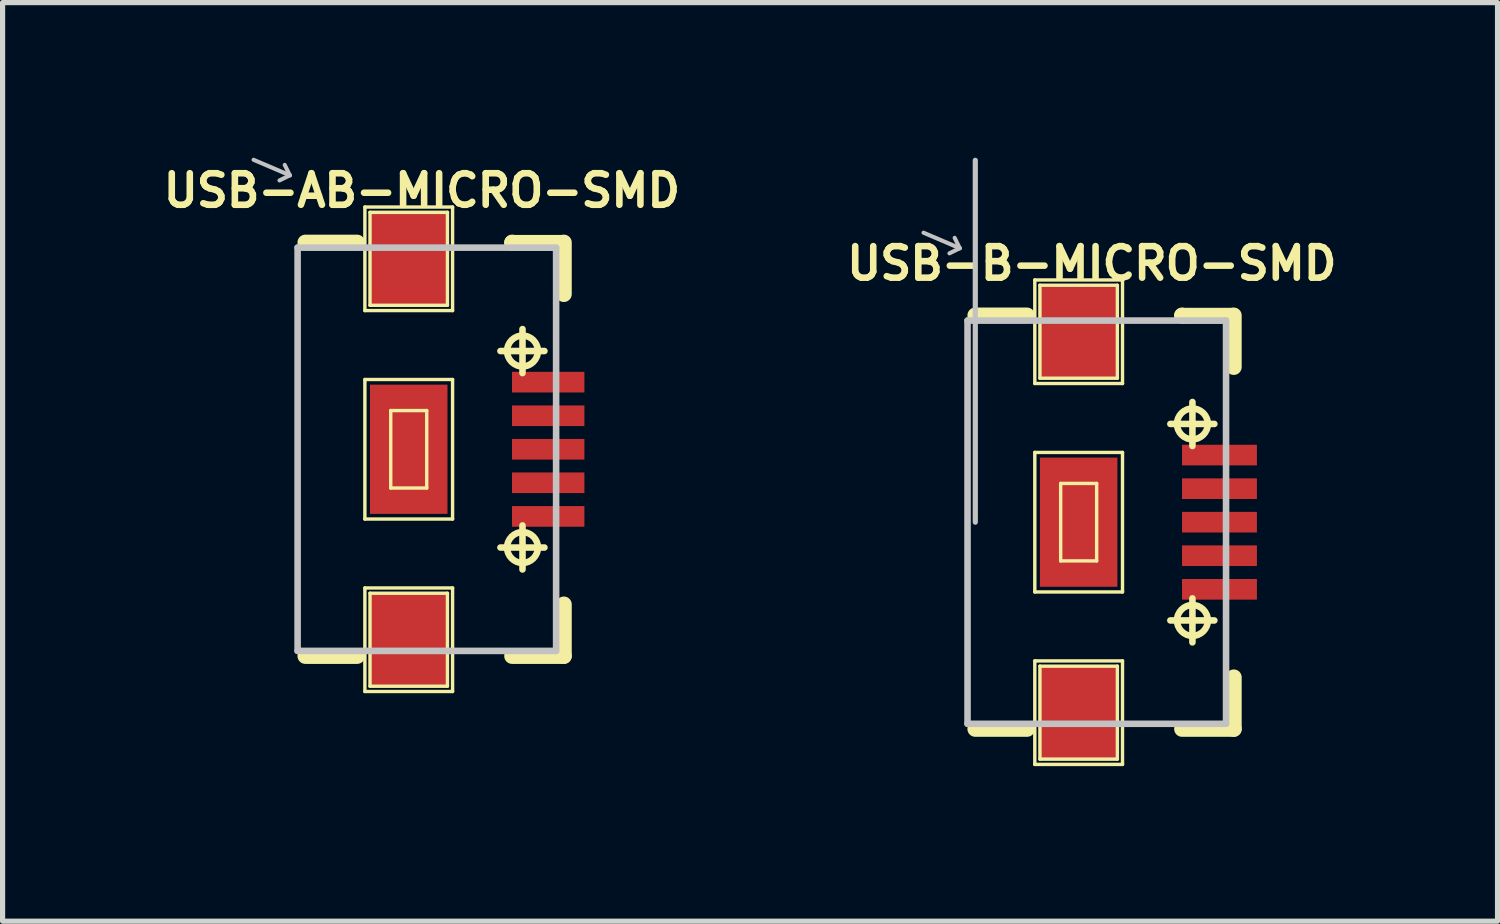
<source format=kicad_pcb>
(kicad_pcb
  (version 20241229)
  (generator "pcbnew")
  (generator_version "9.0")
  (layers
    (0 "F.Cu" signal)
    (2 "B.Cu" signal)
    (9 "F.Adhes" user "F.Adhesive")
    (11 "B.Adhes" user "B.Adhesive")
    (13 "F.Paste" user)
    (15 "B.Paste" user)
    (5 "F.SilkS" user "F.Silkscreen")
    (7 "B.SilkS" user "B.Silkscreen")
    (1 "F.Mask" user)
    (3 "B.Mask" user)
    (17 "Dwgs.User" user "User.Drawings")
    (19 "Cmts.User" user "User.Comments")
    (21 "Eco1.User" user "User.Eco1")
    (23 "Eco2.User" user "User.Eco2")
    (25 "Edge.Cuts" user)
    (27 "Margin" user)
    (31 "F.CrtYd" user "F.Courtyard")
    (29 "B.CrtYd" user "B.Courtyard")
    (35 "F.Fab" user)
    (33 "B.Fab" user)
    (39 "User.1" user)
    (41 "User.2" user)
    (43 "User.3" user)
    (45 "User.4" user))
  (footprint "USB-AB-MICRO-SMD"
    (layer "F.Cu")
    (at 4.854 5.638)
    (property "Reference" "USB-AB-MICRO-SMD" (at 0.254 -5.004 0) (layer "F.SilkS") (effects (font (size 0.61 0.61) (thickness 0.127))))
    (attr smd)
    (fp_line (start -0.998 -3.998) (end -1.999 -3.998) (stroke (width 0.305) (type solid)) (layer "F.SilkS"))
    (fp_line (start -0.998 3.998) (end -1.999 3.998) (stroke (width 0.305) (type solid)) (layer "F.SilkS"))
    (fp_line (start -0.848 -4.684) (end 0.848 -4.684) (stroke (width 0.066) (type solid)) (layer "F.SilkS"))
    (fp_line (start -0.848 -2.682) (end -0.848 -4.684) (stroke (width 0.066) (type solid)) (layer "F.SilkS"))
    (fp_line (start -0.848 -2.682) (end 0.848 -2.682) (stroke (width 0.066) (type solid)) (layer "F.SilkS"))
    (fp_line (start -0.848 -1.349) (end 0.848 -1.349) (stroke (width 0.066) (type solid)) (layer "F.SilkS"))
    (fp_line (start -0.848 1.349) (end -0.848 -1.349) (stroke (width 0.066) (type solid)) (layer "F.SilkS"))
    (fp_line (start -0.848 1.349) (end 0.848 1.349) (stroke (width 0.066) (type solid)) (layer "F.SilkS"))
    (fp_line (start -0.848 2.682) (end 0.848 2.682) (stroke (width 0.066) (type solid)) (layer "F.SilkS"))
    (fp_line (start -0.848 4.684) (end -0.848 2.682) (stroke (width 0.066) (type solid)) (layer "F.SilkS"))
    (fp_line (start -0.848 4.684) (end 0.848 4.684) (stroke (width 0.066) (type solid)) (layer "F.SilkS"))
    (fp_line (start -0.749 -4.582) (end 0.749 -4.582) (stroke (width 0.066) (type solid)) (layer "F.SilkS"))
    (fp_line (start -0.749 -2.784) (end -0.749 -4.582) (stroke (width 0.066) (type solid)) (layer "F.SilkS"))
    (fp_line (start -0.749 -2.784) (end 0.749 -2.784) (stroke (width 0.066) (type solid)) (layer "F.SilkS"))
    (fp_line (start -0.749 2.784) (end 0.749 2.784) (stroke (width 0.066) (type solid)) (layer "F.SilkS"))
    (fp_line (start -0.749 4.582) (end -0.749 2.784) (stroke (width 0.066) (type solid)) (layer "F.SilkS"))
    (fp_line (start -0.749 4.582) (end 0.749 4.582) (stroke (width 0.066) (type solid)) (layer "F.SilkS"))
    (fp_line (start -0.348 -0.749) (end 0.348 -0.749) (stroke (width 0.066) (type solid)) (layer "F.SilkS"))
    (fp_line (start -0.348 0.749) (end -0.348 -0.749) (stroke (width 0.066) (type solid)) (layer "F.SilkS"))
    (fp_line (start -0.348 0.749) (end 0.348 0.749) (stroke (width 0.066) (type solid)) (layer "F.SilkS"))
    (fp_line (start 0.348 0.749) (end 0.348 -0.749) (stroke (width 0.066) (type solid)) (layer "F.SilkS"))
    (fp_line (start 0.749 -2.784) (end 0.749 -4.582) (stroke (width 0.066) (type solid)) (layer "F.SilkS"))
    (fp_line (start 0.749 4.582) (end 0.749 2.784) (stroke (width 0.066) (type solid)) (layer "F.SilkS"))
    (fp_line (start 0.848 -2.682) (end 0.848 -4.684) (stroke (width 0.066) (type solid)) (layer "F.SilkS"))
    (fp_line (start 0.848 1.349) (end 0.848 -1.349) (stroke (width 0.066) (type solid)) (layer "F.SilkS"))
    (fp_line (start 0.848 4.684) (end 0.848 2.682) (stroke (width 0.066) (type solid)) (layer "F.SilkS"))
    (fp_line (start 1.773 -1.9) (end 2.624 -1.9) (stroke (width 0.127) (type solid)) (layer "F.SilkS"))
    (fp_line (start 1.773 1.9) (end 2.624 1.9) (stroke (width 0.127) (type solid)) (layer "F.SilkS"))
    (fp_line (start 1.999 -3.993) (end 1.999 -3.998) (stroke (width 0.305) (type solid)) (layer "F.SilkS"))
    (fp_line (start 1.999 3.998) (end 3 3.998) (stroke (width 0.305) (type solid)) (layer "F.SilkS"))
    (fp_line (start 2.2 -1.473) (end 2.2 -2.324) (stroke (width 0.127) (type solid)) (layer "F.SilkS"))
    (fp_line (start 2.2 2.324) (end 2.2 1.473) (stroke (width 0.127) (type solid)) (layer "F.SilkS"))
    (fp_line (start 2.979 -3.993) (end 1.999 -3.993) (stroke (width 0.305) (type solid)) (layer "F.SilkS"))
    (fp_line (start 3 -3.998) (end 3 -3) (stroke (width 0.305) (type solid)) (layer "F.SilkS"))
    (fp_line (start 3 3.998) (end 3 3) (stroke (width 0.305) (type solid)) (layer "F.SilkS"))
    (fp_circle (center 2.2 -1.9) (end 2.41 -2.111) (stroke (width 0.127) (type solid)) (fill no) (layer "F.SilkS"))
    (fp_circle (center 2.2 1.9) (end 2.41 2.111) (stroke (width 0.127) (type solid)) (fill no) (layer "F.SilkS"))
    (fp_line (start -3 -5.598) (end -2.299 -5.298) (stroke (width 0.079) (type solid)) (layer "Dwgs.User"))
    (fp_line (start -2.299 -5.298) (end -2.499 -5.199) (stroke (width 0.079) (type solid)) (layer "Dwgs.User"))
    (fp_line (start -2.299 -5.298) (end -2.398 -5.499) (stroke (width 0.079) (type solid)) (layer "Dwgs.User"))
    (fp_line (start -2.149 -3.899) (end -2.149 3.899) (stroke (width 0.127) (type solid)) (layer "Dwgs.User"))
    (fp_line (start 2.85 -3.899) (end -2.149 -3.899) (stroke (width 0.127) (type solid)) (layer "Dwgs.User"))
    (fp_line (start 2.85 -3.899) (end 2.85 3.899) (stroke (width 0.127) (type solid)) (layer "Dwgs.User"))
    (fp_line (start 2.85 3.899) (end -2.149 3.899) (stroke (width 0.127) (type solid)) (layer "Dwgs.User"))
    (pad "D+1" smd rect (at 2.697 0 90) (size 0.399 1.4) (layers "F.Cu" "F.Mask" "F.Paste"))
    (pad "D-1" smd rect (at 2.697 -0.648 90) (size 0.399 1.4) (layers "F.Cu" "F.Mask" "F.Paste"))
    (pad "GND1" smd rect (at 2.697 1.298 90) (size 0.399 1.4) (layers "F.Cu" "F.Mask" "F.Paste"))
    (pad "ID1" smd rect (at 2.697 0.648 90) (size 0.399 1.4) (layers "F.Cu" "F.Mask" "F.Paste"))
    (pad "SHLD" smd rect (at 0 -3.678) (size 1.499 1.798) (layers "F.Cu" "F.Mask" "F.Paste"))
    (pad "SHLD" smd rect (at 0 0) (size 1.499 2.499) (layers "F.Cu" "F.Mask" "F.Paste"))
    (pad "SHLD" smd rect (at 0 3.678) (size 1.499 1.798) (layers "F.Cu" "F.Mask" "F.Paste"))
    (pad "VBUS" smd rect (at 2.697 -1.298 90) (size 0.399 1.4) (layers "F.Cu" "F.Mask" "F.Paste")))
  (footprint "USB-B-MICRO-SMD"
    (layer "F.Cu")
    (at 17.809 7.048)
    (property "Reference" "USB-B-MICRO-SMD" (at 0.254 -5.004 0) (layer "F.SilkS") (effects (font (size 0.61 0.61) (thickness 0.127))))
    (attr smd)
    (fp_line (start -0.998 -3.998) (end -1.999 -3.998) (stroke (width 0.305) (type solid)) (layer "F.SilkS"))
    (fp_line (start -0.998 3.998) (end -1.999 3.998) (stroke (width 0.305) (type solid)) (layer "F.SilkS"))
    (fp_line (start -0.848 -4.684) (end 0.848 -4.684) (stroke (width 0.066) (type solid)) (layer "F.SilkS"))
    (fp_line (start -0.848 -2.682) (end -0.848 -4.684) (stroke (width 0.066) (type solid)) (layer "F.SilkS"))
    (fp_line (start -0.848 -2.682) (end 0.848 -2.682) (stroke (width 0.066) (type solid)) (layer "F.SilkS"))
    (fp_line (start -0.848 -1.349) (end 0.848 -1.349) (stroke (width 0.066) (type solid)) (layer "F.SilkS"))
    (fp_line (start -0.848 1.349) (end -0.848 -1.349) (stroke (width 0.066) (type solid)) (layer "F.SilkS"))
    (fp_line (start -0.848 1.349) (end 0.848 1.349) (stroke (width 0.066) (type solid)) (layer "F.SilkS"))
    (fp_line (start -0.848 2.682) (end 0.848 2.682) (stroke (width 0.066) (type solid)) (layer "F.SilkS"))
    (fp_line (start -0.848 4.684) (end -0.848 2.682) (stroke (width 0.066) (type solid)) (layer "F.SilkS"))
    (fp_line (start -0.848 4.684) (end 0.848 4.684) (stroke (width 0.066) (type solid)) (layer "F.SilkS"))
    (fp_line (start -0.749 -4.582) (end 0.749 -4.582) (stroke (width 0.066) (type solid)) (layer "F.SilkS"))
    (fp_line (start -0.749 -2.784) (end -0.749 -4.582) (stroke (width 0.066) (type solid)) (layer "F.SilkS"))
    (fp_line (start -0.749 -2.784) (end 0.749 -2.784) (stroke (width 0.066) (type solid)) (layer "F.SilkS"))
    (fp_line (start -0.749 2.784) (end 0.749 2.784) (stroke (width 0.066) (type solid)) (layer "F.SilkS"))
    (fp_line (start -0.749 4.582) (end -0.749 2.784) (stroke (width 0.066) (type solid)) (layer "F.SilkS"))
    (fp_line (start -0.749 4.582) (end 0.749 4.582) (stroke (width 0.066) (type solid)) (layer "F.SilkS"))
    (fp_line (start -0.348 -0.749) (end 0.348 -0.749) (stroke (width 0.066) (type solid)) (layer "F.SilkS"))
    (fp_line (start -0.348 0.749) (end -0.348 -0.749) (stroke (width 0.066) (type solid)) (layer "F.SilkS"))
    (fp_line (start -0.348 0.749) (end 0.348 0.749) (stroke (width 0.066) (type solid)) (layer "F.SilkS"))
    (fp_line (start 0.348 0.749) (end 0.348 -0.749) (stroke (width 0.066) (type solid)) (layer "F.SilkS"))
    (fp_line (start 0.749 -2.784) (end 0.749 -4.582) (stroke (width 0.066) (type solid)) (layer "F.SilkS"))
    (fp_line (start 0.749 4.582) (end 0.749 2.784) (stroke (width 0.066) (type solid)) (layer "F.SilkS"))
    (fp_line (start 0.848 -2.682) (end 0.848 -4.684) (stroke (width 0.066) (type solid)) (layer "F.SilkS"))
    (fp_line (start 0.848 1.349) (end 0.848 -1.349) (stroke (width 0.066) (type solid)) (layer "F.SilkS"))
    (fp_line (start 0.848 4.684) (end 0.848 2.682) (stroke (width 0.066) (type solid)) (layer "F.SilkS"))
    (fp_line (start 1.773 -1.9) (end 2.624 -1.9) (stroke (width 0.127) (type solid)) (layer "F.SilkS"))
    (fp_line (start 1.773 1.9) (end 2.624 1.9) (stroke (width 0.127) (type solid)) (layer "F.SilkS"))
    (fp_line (start 1.999 -3.993) (end 1.999 -3.998) (stroke (width 0.305) (type solid)) (layer "F.SilkS"))
    (fp_line (start 1.999 3.998) (end 3 3.998) (stroke (width 0.305) (type solid)) (layer "F.SilkS"))
    (fp_line (start 2.2 -1.473) (end 2.2 -2.324) (stroke (width 0.127) (type solid)) (layer "F.SilkS"))
    (fp_line (start 2.2 2.324) (end 2.2 1.473) (stroke (width 0.127) (type solid)) (layer "F.SilkS"))
    (fp_line (start 2.979 -3.993) (end 1.999 -3.993) (stroke (width 0.305) (type solid)) (layer "F.SilkS"))
    (fp_line (start 3 -3.998) (end 3 -3) (stroke (width 0.305) (type solid)) (layer "F.SilkS"))
    (fp_line (start 3 3.998) (end 3 3) (stroke (width 0.305) (type solid)) (layer "F.SilkS"))
    (fp_circle (center 2.2 -1.9) (end 2.41 -2.111) (stroke (width 0.127) (type solid)) (fill no) (layer "F.SilkS"))
    (fp_circle (center 2.2 1.9) (end 2.41 2.111) (stroke (width 0.127) (type solid)) (fill no) (layer "F.SilkS"))
    (fp_line (start -3 -5.598) (end -2.299 -5.298) (stroke (width 0.079) (type solid)) (layer "Dwgs.User"))
    (fp_line (start -2.299 -5.298) (end -2.499 -5.199) (stroke (width 0.079) (type solid)) (layer "Dwgs.User"))
    (fp_line (start -2.299 -5.298) (end -2.398 -5.499) (stroke (width 0.079) (type solid)) (layer "Dwgs.User"))
    (fp_line (start -2.149 -3.899) (end -2.149 3.899) (stroke (width 0.127) (type solid)) (layer "Dwgs.User"))
    (fp_line (start -1.999 -6.998) (end -1.999 0) (stroke (width 0.1) (type solid)) (layer "Dwgs.User"))
    (fp_line (start 2.85 -3.899) (end -2.149 -3.899) (stroke (width 0.127) (type solid)) (layer "Dwgs.User"))
    (fp_line (start 2.85 -3.899) (end 2.85 3.899) (stroke (width 0.127) (type solid)) (layer "Dwgs.User"))
    (fp_line (start 2.85 3.899) (end -2.149 3.899) (stroke (width 0.127) (type solid)) (layer "Dwgs.User"))
    (pad "D+" smd rect (at 2.723 0 90) (size 0.399 1.448) (layers "F.Cu" "F.Mask" "F.Paste"))
    (pad "D-" smd rect (at 2.723 -0.648 90) (size 0.399 1.448) (layers "F.Cu" "F.Mask" "F.Paste"))
    (pad "GND" smd rect (at 2.723 1.298 90) (size 0.399 1.448) (layers "F.Cu" "F.Mask" "F.Paste"))
    (pad "ID" smd rect (at 2.723 0.648 90) (size 0.399 1.448) (layers "F.Cu" "F.Mask" "F.Paste"))
    (pad "SHIE" smd rect (at 0 -3.683 90) (size 1.798 1.499) (layers "F.Cu" "F.Mask" "F.Paste"))
    (pad "SHIE" smd rect (at 0 0 90) (size 2.499 1.499) (layers "F.Cu" "F.Mask" "F.Paste"))
    (pad "SHIE" smd rect (at 0 3.683 90) (size 1.798 1.499) (layers "F.Cu" "F.Mask" "F.Paste"))
    (pad "VBUS" smd rect (at 2.723 -1.298 90) (size 0.399 1.448) (layers "F.Cu" "F.Mask" "F.Paste")))
  (gr_rect
    (start -3 -3)
    (end 25.909 14.764)
    (stroke (width 0.1) (type default))
    (fill no)
    (layer "Edge.Cuts")))
</source>
